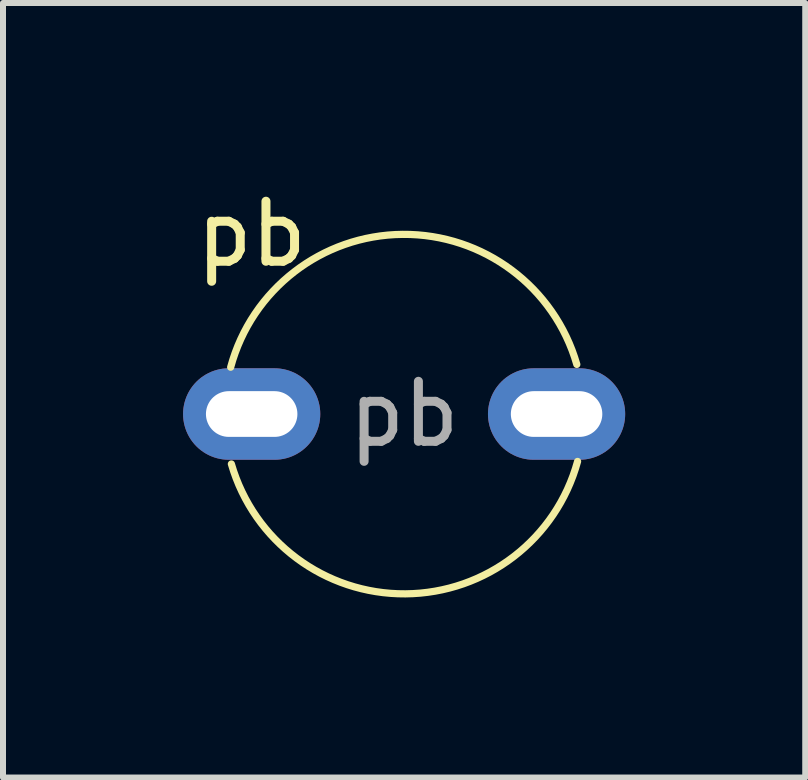
<source format=kicad_pcb>
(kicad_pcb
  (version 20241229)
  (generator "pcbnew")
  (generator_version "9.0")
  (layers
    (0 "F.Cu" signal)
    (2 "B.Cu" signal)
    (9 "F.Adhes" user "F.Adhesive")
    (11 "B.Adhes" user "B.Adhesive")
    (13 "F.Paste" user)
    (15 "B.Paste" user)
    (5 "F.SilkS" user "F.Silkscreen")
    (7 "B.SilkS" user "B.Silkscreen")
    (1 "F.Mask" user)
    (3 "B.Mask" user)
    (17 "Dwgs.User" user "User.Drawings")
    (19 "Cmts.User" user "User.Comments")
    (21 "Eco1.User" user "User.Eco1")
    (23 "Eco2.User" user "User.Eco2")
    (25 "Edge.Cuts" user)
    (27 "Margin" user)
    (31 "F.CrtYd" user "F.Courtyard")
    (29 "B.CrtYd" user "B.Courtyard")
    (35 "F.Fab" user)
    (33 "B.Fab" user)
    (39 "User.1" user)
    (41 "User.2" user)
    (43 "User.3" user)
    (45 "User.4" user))
  (footprint "pb"
    (layer "F.Cu")
    (at 3.683 3.848)
    (property "Reference" "pb" (at -2.54 -3 0) (unlocked yes) (layer "F.SilkS") (effects (font (size 1 1) (thickness 0.15))))
    (attr through_hole)
    (fp_arc (start -2.89 -0.78) (mid -0.02403 -2.993313) (end 2.877105 -0.826297) (stroke (width 0.12) (type solid)) (layer "F.SilkS"))
    (fp_arc (start 2.889999 0.79) (mid 0.021991 2.995949) (end -2.878091 0.83234) (stroke (width 0.12) (type solid)) (layer "F.SilkS"))
    (fp_text user "${REFERENCE}" (at 0 0 0) (unlocked yes) (layer "F.Fab") (effects (font (size 1 1) (thickness 0.15))))
    (pad "1" thru_hole oval (at 2.54 0) (size 2.286 1.524) (drill oval 1.524 0.762) (layers "*.Cu" "*.Mask"))
    (pad "2" thru_hole oval (at -2.54 0) (size 2.286 1.524) (drill oval 1.524 0.762) (layers "*.Cu" "*.Mask")))
  (gr_rect
    (start -3 -3)
    (end 10.366 9.904)
    (stroke (width 0.1) (type default))
    (fill no)
    (layer "Edge.Cuts")))
</source>
